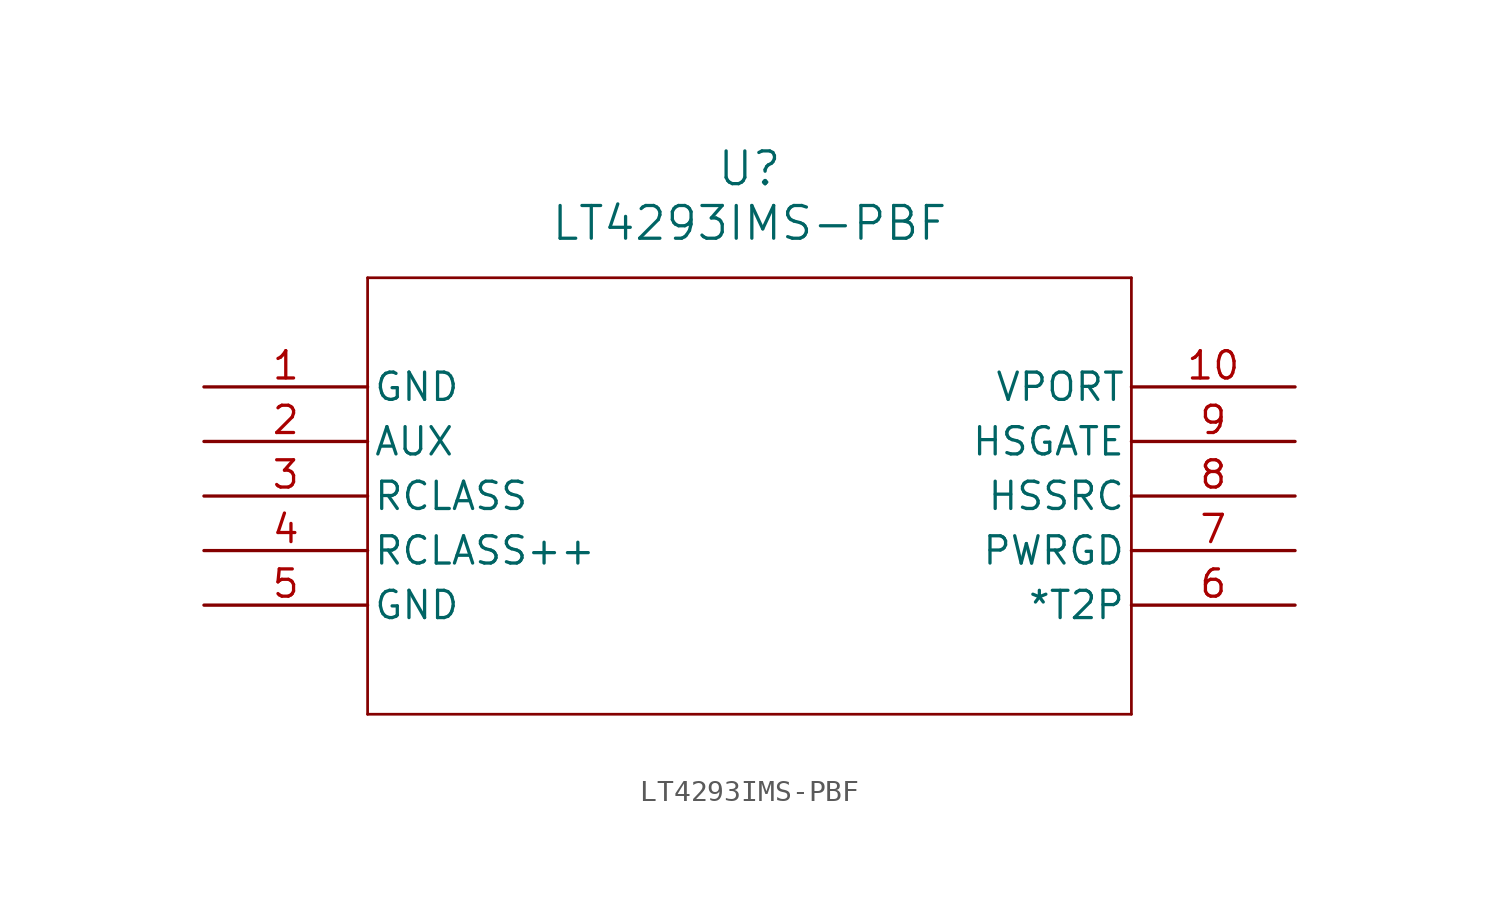
<source format=kicad_sym>
(kicad_symbol_lib
  (version 20211014)
  (generator kicad_symbol_editor)
  (symbol "LT4293IMS-PBF"
    (pin_names
      (offset 0.254))
    (property "Reference" "U"
      (at 25.4 10.16 0)
      (effects (font (size 1.524 1.524))))
    (property "Value" "LT4293IMS-PBF"
      (at 25.4 7.62 0)
      (effects (font (size 1.524 1.524))))
    (symbol "LT4293IMS-PBF_0_1"
      (polyline (pts (xy 7.62 5.08) (xy 7.62 -15.24)) (stroke (width 0.127) (type default) (color 0 0 0 0)) (fill (type none)))
      (polyline (pts (xy 7.62 -15.24) (xy 43.18 -15.24)) (stroke (width 0.127) (type default) (color 0 0 0 0)) (fill (type none)))
      (polyline (pts (xy 43.18 -15.24) (xy 43.18 5.08)) (stroke (width 0.127) (type default) (color 0 0 0 0)) (fill (type none)))
      (polyline (pts (xy 43.18 5.08) (xy 7.62 5.08)) (stroke (width 0.127) (type default) (color 0 0 0 0)) (fill (type none)))
      (pin power_out line (at 0 0 0) (length 7.62) (name "GND" (effects (font (size 1.27 1.27)))) (number "1" (effects (font (size 1.27 1.27)))))
      (pin unspecified line (at 0 -2.54 0) (length 7.62) (name "AUX" (effects (font (size 1.27 1.27)))) (number "2" (effects (font (size 1.27 1.27)))))
      (pin unspecified line (at 0 -5.08 0) (length 7.62) (name "RCLASS" (effects (font (size 1.27 1.27)))) (number "3" (effects (font (size 1.27 1.27)))))
      (pin unspecified line (at 0 -7.62 0) (length 7.62) (name "RCLASS++" (effects (font (size 1.27 1.27)))) (number "4" (effects (font (size 1.27 1.27)))))
      (pin power_out line (at 0 -10.16 0) (length 7.62) (name "GND" (effects (font (size 1.27 1.27)))) (number "5" (effects (font (size 1.27 1.27)))))
      (pin output line (at 50.8 -10.16 180) (length 7.62) (name "*T2P" (effects (font (size 1.27 1.27)))) (number "6" (effects (font (size 1.27 1.27)))))
      (pin output line (at 50.8 -7.62 180) (length 7.62) (name "PWRGD" (effects (font (size 1.27 1.27)))) (number "7" (effects (font (size 1.27 1.27)))))
      (pin power_in line (at 50.8 -5.08 180) (length 7.62) (name "HSSRC" (effects (font (size 1.27 1.27)))) (number "8" (effects (font (size 1.27 1.27)))))
      (pin power_in line (at 50.8 -2.54 180) (length 7.62) (name "HSGATE" (effects (font (size 1.27 1.27)))) (number "9" (effects (font (size 1.27 1.27)))))
      (pin power_in line (at 50.8 0 180) (length 7.62) (name "VPORT" (effects (font (size 1.27 1.27)))) (number "10" (effects (font (size 1.27 1.27))))))))
</source>
